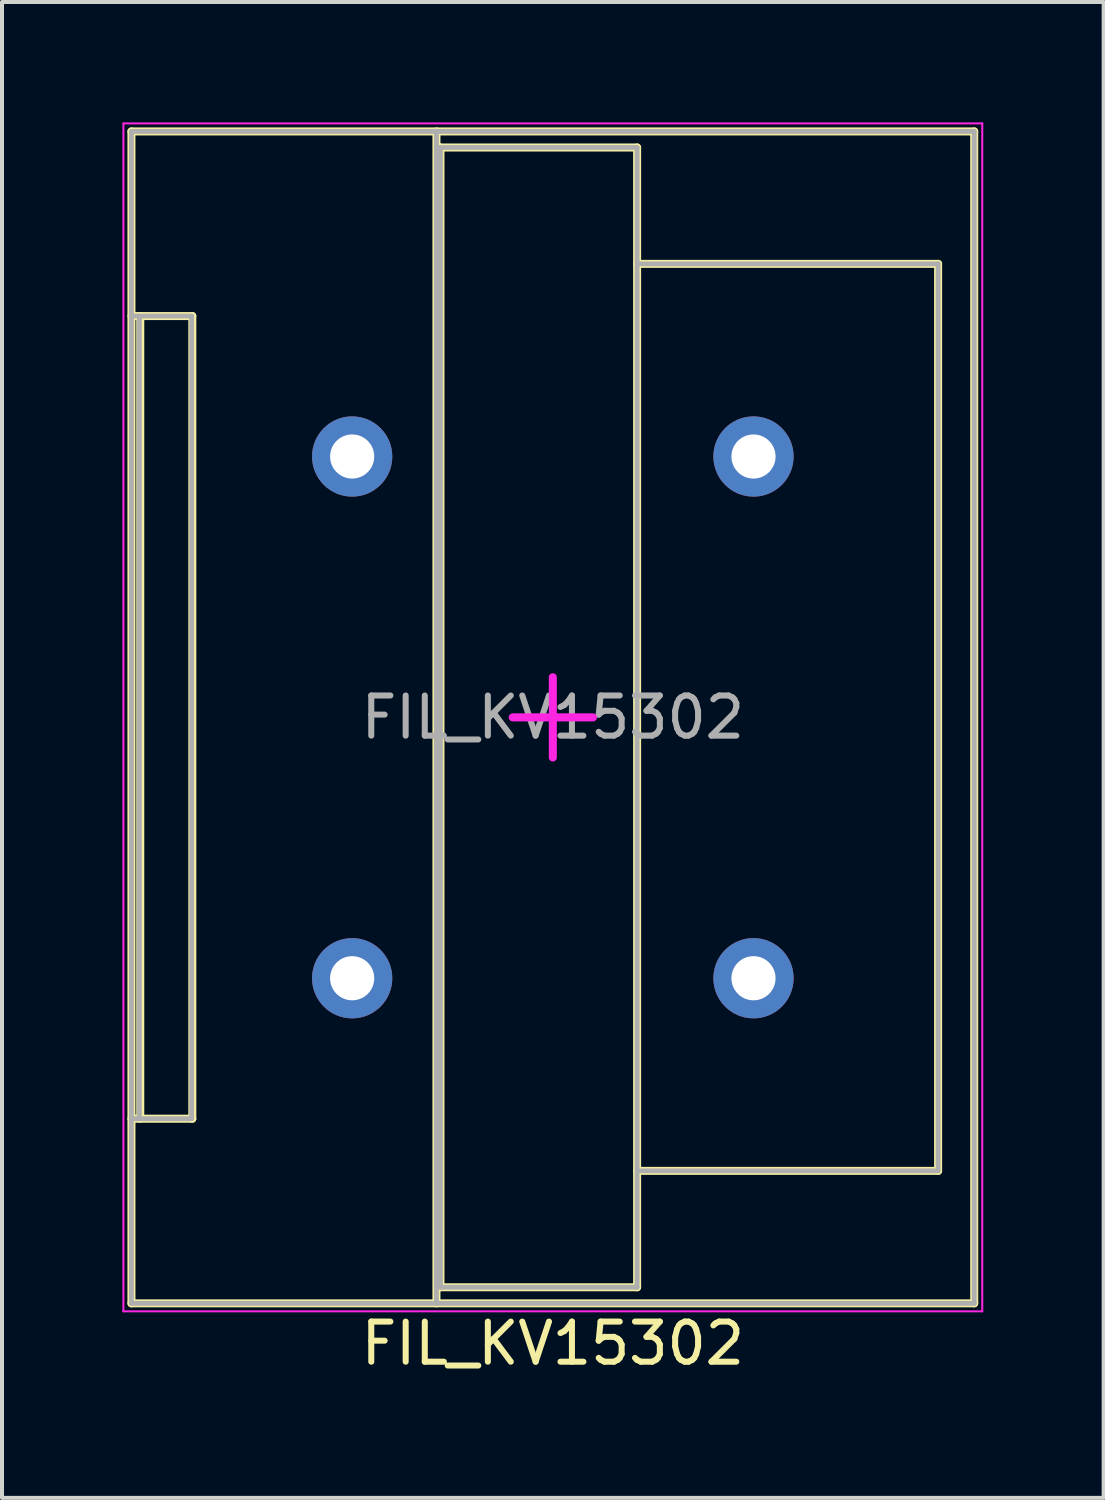
<source format=kicad_pcb>
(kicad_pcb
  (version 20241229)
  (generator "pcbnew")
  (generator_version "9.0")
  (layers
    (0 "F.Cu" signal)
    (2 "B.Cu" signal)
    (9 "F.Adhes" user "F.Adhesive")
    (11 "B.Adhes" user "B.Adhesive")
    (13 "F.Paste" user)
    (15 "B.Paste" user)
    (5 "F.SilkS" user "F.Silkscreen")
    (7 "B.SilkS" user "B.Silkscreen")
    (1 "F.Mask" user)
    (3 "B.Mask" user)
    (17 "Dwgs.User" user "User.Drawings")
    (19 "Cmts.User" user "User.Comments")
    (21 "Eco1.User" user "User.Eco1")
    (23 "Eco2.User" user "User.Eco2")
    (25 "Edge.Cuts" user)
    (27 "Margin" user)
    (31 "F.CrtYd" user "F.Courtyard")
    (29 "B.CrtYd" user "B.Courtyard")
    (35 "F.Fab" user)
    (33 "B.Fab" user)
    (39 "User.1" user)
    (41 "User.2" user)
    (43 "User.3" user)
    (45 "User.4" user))
  (footprint "FIL_KV15302"
    (layer "F.Cu")
    (at 10.725 14.825)
    (property "Reference" "FIL_KV15302" (at 0 15.6 0) (layer "F.SilkS") (effects (font (size 1 1) (thickness 0.15))))
    (attr through_hole)
    (fp_line (start -10.5 -14.6) (end -10.5 14.6) (stroke (width 0.2) (type solid)) (layer "F.SilkS"))
    (fp_line (start -10.5 10) (end -8.983 10) (stroke (width 0.2) (type solid)) (layer "F.SilkS"))
    (fp_line (start -10.5 14.6) (end 10.5 14.6) (stroke (width 0.2) (type solid)) (layer "F.SilkS"))
    (fp_line (start -10.28 -10) (end -10.28 10) (stroke (width 0.2) (type solid)) (layer "F.SilkS"))
    (fp_line (start -8.983 -10) (end -10.5 -10) (stroke (width 0.2) (type solid)) (layer "F.SilkS"))
    (fp_line (start -8.983 10) (end -8.983 -10) (stroke (width 0.2) (type solid)) (layer "F.SilkS"))
    (fp_line (start -2.9 -14.6) (end -2.9 14.6) (stroke (width 0.2) (type solid)) (layer "F.SilkS"))
    (fp_line (start -2.8 -14.2) (end -2.8 14.2) (stroke (width 0.2) (type solid)) (layer "F.SilkS"))
    (fp_line (start -2.8 14.2) (end 2.1 14.2) (stroke (width 0.2) (type solid)) (layer "F.SilkS"))
    (fp_line (start 2.1 -14.2) (end -2.8 -14.2) (stroke (width 0.2) (type solid)) (layer "F.SilkS"))
    (fp_line (start 2.1 11.3) (end 9.6 11.3) (stroke (width 0.2) (type solid)) (layer "F.SilkS"))
    (fp_line (start 2.1 14.2) (end 2.1 -14.2) (stroke (width 0.2) (type solid)) (layer "F.SilkS"))
    (fp_line (start 9.6 -11.3) (end 2.1 -11.3) (stroke (width 0.2) (type solid)) (layer "F.SilkS"))
    (fp_line (start 9.6 11.3) (end 9.6 -11.3) (stroke (width 0.2) (type solid)) (layer "F.SilkS"))
    (fp_line (start 10.5 -14.6) (end -10.5 -14.6) (stroke (width 0.2) (type solid)) (layer "F.SilkS"))
    (fp_line (start 10.5 14.6) (end 10.5 -14.6) (stroke (width 0.2) (type solid)) (layer "F.SilkS"))
    (fp_line (start -10.7 -14.8) (end 10.7 -14.8) (stroke (width 0.05) (type solid)) (layer "F.CrtYd"))
    (fp_line (start -10.7 14.8) (end -10.7 -14.8) (stroke (width 0.05) (type solid)) (layer "F.CrtYd"))
    (fp_line (start 0 1) (end 0 -1) (stroke (width 0.2) (type solid)) (layer "F.CrtYd"))
    (fp_line (start 1 0) (end -1 0) (stroke (width 0.2) (type solid)) (layer "F.CrtYd"))
    (fp_line (start 10.7 -14.8) (end 10.7 14.8) (stroke (width 0.05) (type solid)) (layer "F.CrtYd"))
    (fp_line (start 10.7 14.8) (end -10.7 14.8) (stroke (width 0.05) (type solid)) (layer "F.CrtYd"))
    (fp_line (start -10.5 -14.6) (end 10.5 -14.6) (stroke (width 0.12) (type solid)) (layer "F.Fab"))
    (fp_line (start -10.5 -10) (end -9 -10) (stroke (width 0.12) (type solid)) (layer "F.Fab"))
    (fp_line (start -10.5 14.6) (end -10.5 -14.6) (stroke (width 0.12) (type solid)) (layer "F.Fab"))
    (fp_line (start -10.3 10) (end -10.3 -10) (stroke (width 0.12) (type solid)) (layer "F.Fab"))
    (fp_line (start -9 -10) (end -9 10) (stroke (width 0.12) (type solid)) (layer "F.Fab"))
    (fp_line (start -9 10) (end -10.5 10) (stroke (width 0.12) (type solid)) (layer "F.Fab"))
    (fp_line (start -2.9 -14.6) (end -2.9 14.6) (stroke (width 0.12) (type solid)) (layer "F.Fab"))
    (fp_line (start -2.8 -14.2) (end -2.8 14.2) (stroke (width 0.12) (type solid)) (layer "F.Fab"))
    (fp_line (start -2.8 14.2) (end 2.1 14.2) (stroke (width 0.12) (type solid)) (layer "F.Fab"))
    (fp_line (start 2.1 -14.2) (end -2.8 -14.2) (stroke (width 0.12) (type solid)) (layer "F.Fab"))
    (fp_line (start 2.1 11.3) (end 9.6 11.3) (stroke (width 0.12) (type solid)) (layer "F.Fab"))
    (fp_line (start 2.1 14.2) (end 2.1 -14.2) (stroke (width 0.12) (type solid)) (layer "F.Fab"))
    (fp_line (start 9.6 -11.3) (end 2.1 -11.3) (stroke (width 0.12) (type solid)) (layer "F.Fab"))
    (fp_line (start 9.6 11.3) (end 9.6 -11.3) (stroke (width 0.12) (type solid)) (layer "F.Fab"))
    (fp_line (start 10.5 -14.6) (end 10.5 14.6) (stroke (width 0.12) (type solid)) (layer "F.Fab"))
    (fp_line (start 10.5 14.6) (end -10.5 14.6) (stroke (width 0.12) (type solid)) (layer "F.Fab"))
    (fp_circle (center -5 -6.5) (end -4.6 -6.5) (stroke (width 0.1) (type solid)) (fill no) (layer "F.Fab"))
    (fp_circle (center -5 6.5) (end -4.6 6.5) (stroke (width 0.1) (type solid)) (fill no) (layer "F.Fab"))
    (fp_circle (center 5 -6.5) (end 5.4 -6.5) (stroke (width 0.1) (type solid)) (fill no) (layer "F.Fab"))
    (fp_circle (center 5 6.5) (end 5.4 6.5) (stroke (width 0.1) (type solid)) (fill no) (layer "F.Fab"))
    (fp_text user "${REFERENCE}" (at 0 0 0) (layer "F.Fab") (effects (font (size 1 1) (thickness 0.15))))
    (pad "1" thru_hole circle (at -5 6.5) (size 2 2) (drill 1.1) (layers "*.Cu" "*.Mask"))
    (pad "2" thru_hole circle (at 5 6.5) (size 2 2) (drill 1.1) (layers "*.Cu" "*.Mask"))
    (pad "3" thru_hole circle (at 5 -6.5) (size 2 2) (drill 1.1) (layers "*.Cu" "*.Mask"))
    (pad "4" thru_hole circle (at -5 -6.5) (size 2 2) (drill 1.1) (layers "*.Cu" "*.Mask")))
  (gr_rect
    (start -3 -3)
    (end 24.45 34.273)
    (stroke (width 0.1) (type default))
    (fill no)
    (layer "Edge.Cuts")))
</source>
